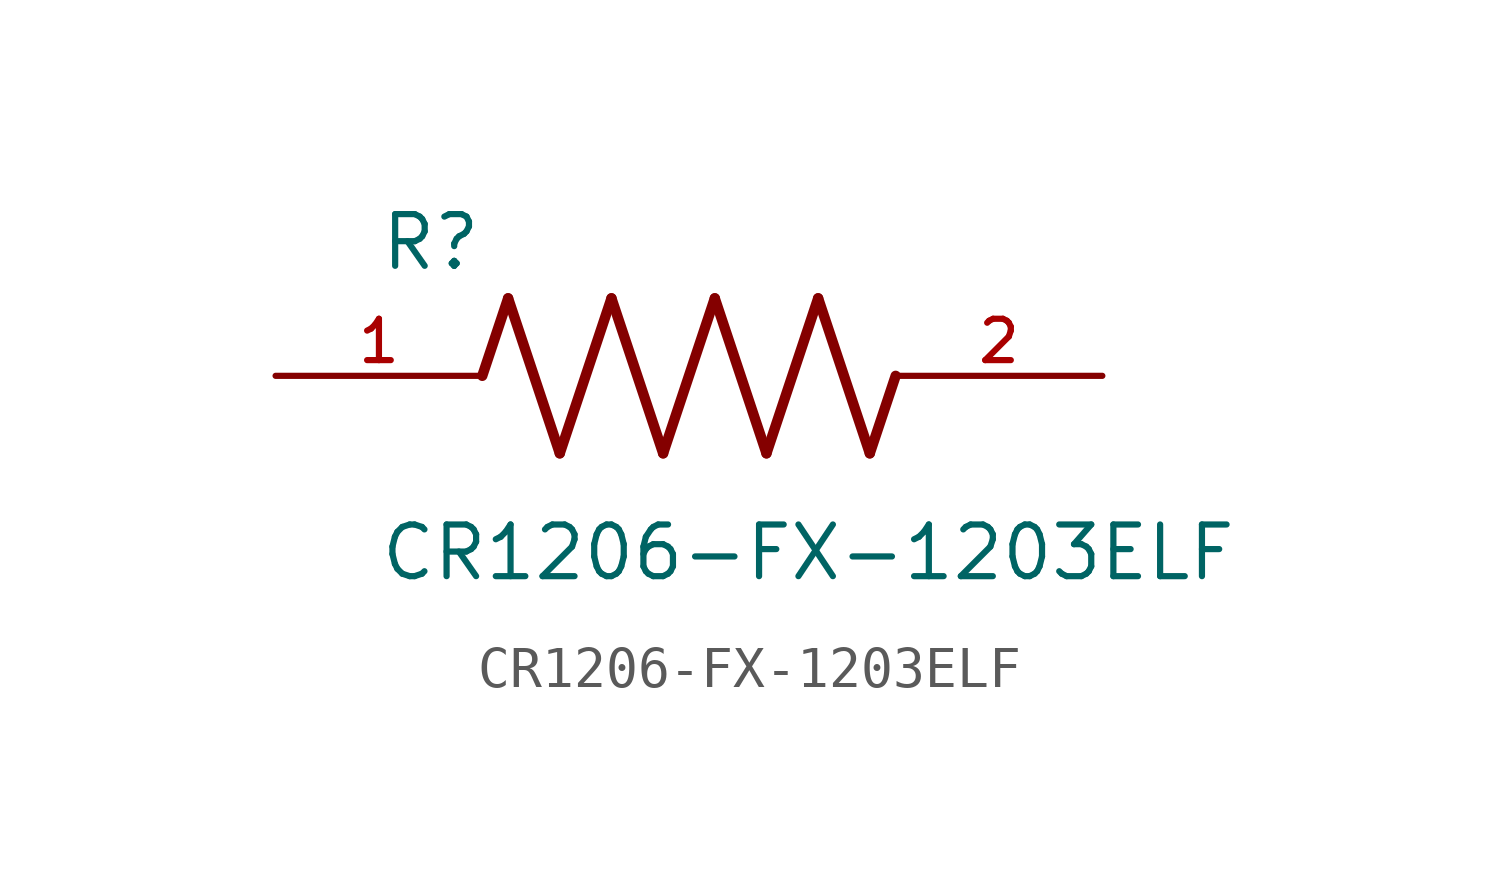
<source format=kicad_sym>
(kicad_symbol_lib
  (version 20211014)
  (generator kicad_symbol_editor)
  (symbol "CR1206-FX-1203ELF"
    (pin_names
      (offset 1.016))
    (property "Reference" "R"
      (at -7.624 2.541 0)
      (effects (font (size 1.27 1.27)) (justify bottom left)))
    (property "Value" "CR1206-FX-1203ELF"
      (at -7.63 -5.087 0)
      (effects (font (size 1.27 1.27)) (justify bottom left)))
    (symbol "CR1206-FX-1203ELF_0_0"
      (polyline (pts (xy -5.08 0.0) (xy -4.445 1.905)) (stroke (width 0.254)))
      (polyline (pts (xy -4.445 1.905) (xy -3.175 -1.905)) (stroke (width 0.254)))
      (polyline (pts (xy -3.175 -1.905) (xy -1.905 1.905)) (stroke (width 0.254)))
      (polyline (pts (xy -1.905 1.905) (xy -0.635 -1.905)) (stroke (width 0.254)))
      (polyline (pts (xy -0.635 -1.905) (xy 0.635 1.905)) (stroke (width 0.254)))
      (polyline (pts (xy 0.635 1.905) (xy 1.905 -1.905)) (stroke (width 0.254)))
      (polyline (pts (xy 1.905 -1.905) (xy 3.175 1.905)) (stroke (width 0.254)))
      (polyline (pts (xy 3.175 1.905) (xy 4.445 -1.905)) (stroke (width 0.254)))
      (polyline (pts (xy 4.445 -1.905) (xy 5.08 0.0)) (stroke (width 0.254)))
      (pin passive line (at -10.16 0.0 0) (length 5.08) (name "~" (effects (font (size 1.016 1.016)))) (number "1" (effects (font (size 1.016 1.016)))))
      (pin passive line (at 10.16 0.0 180.0) (length 5.08) (name "~" (effects (font (size 1.016 1.016)))) (number "2" (effects (font (size 1.016 1.016))))))))
</source>
